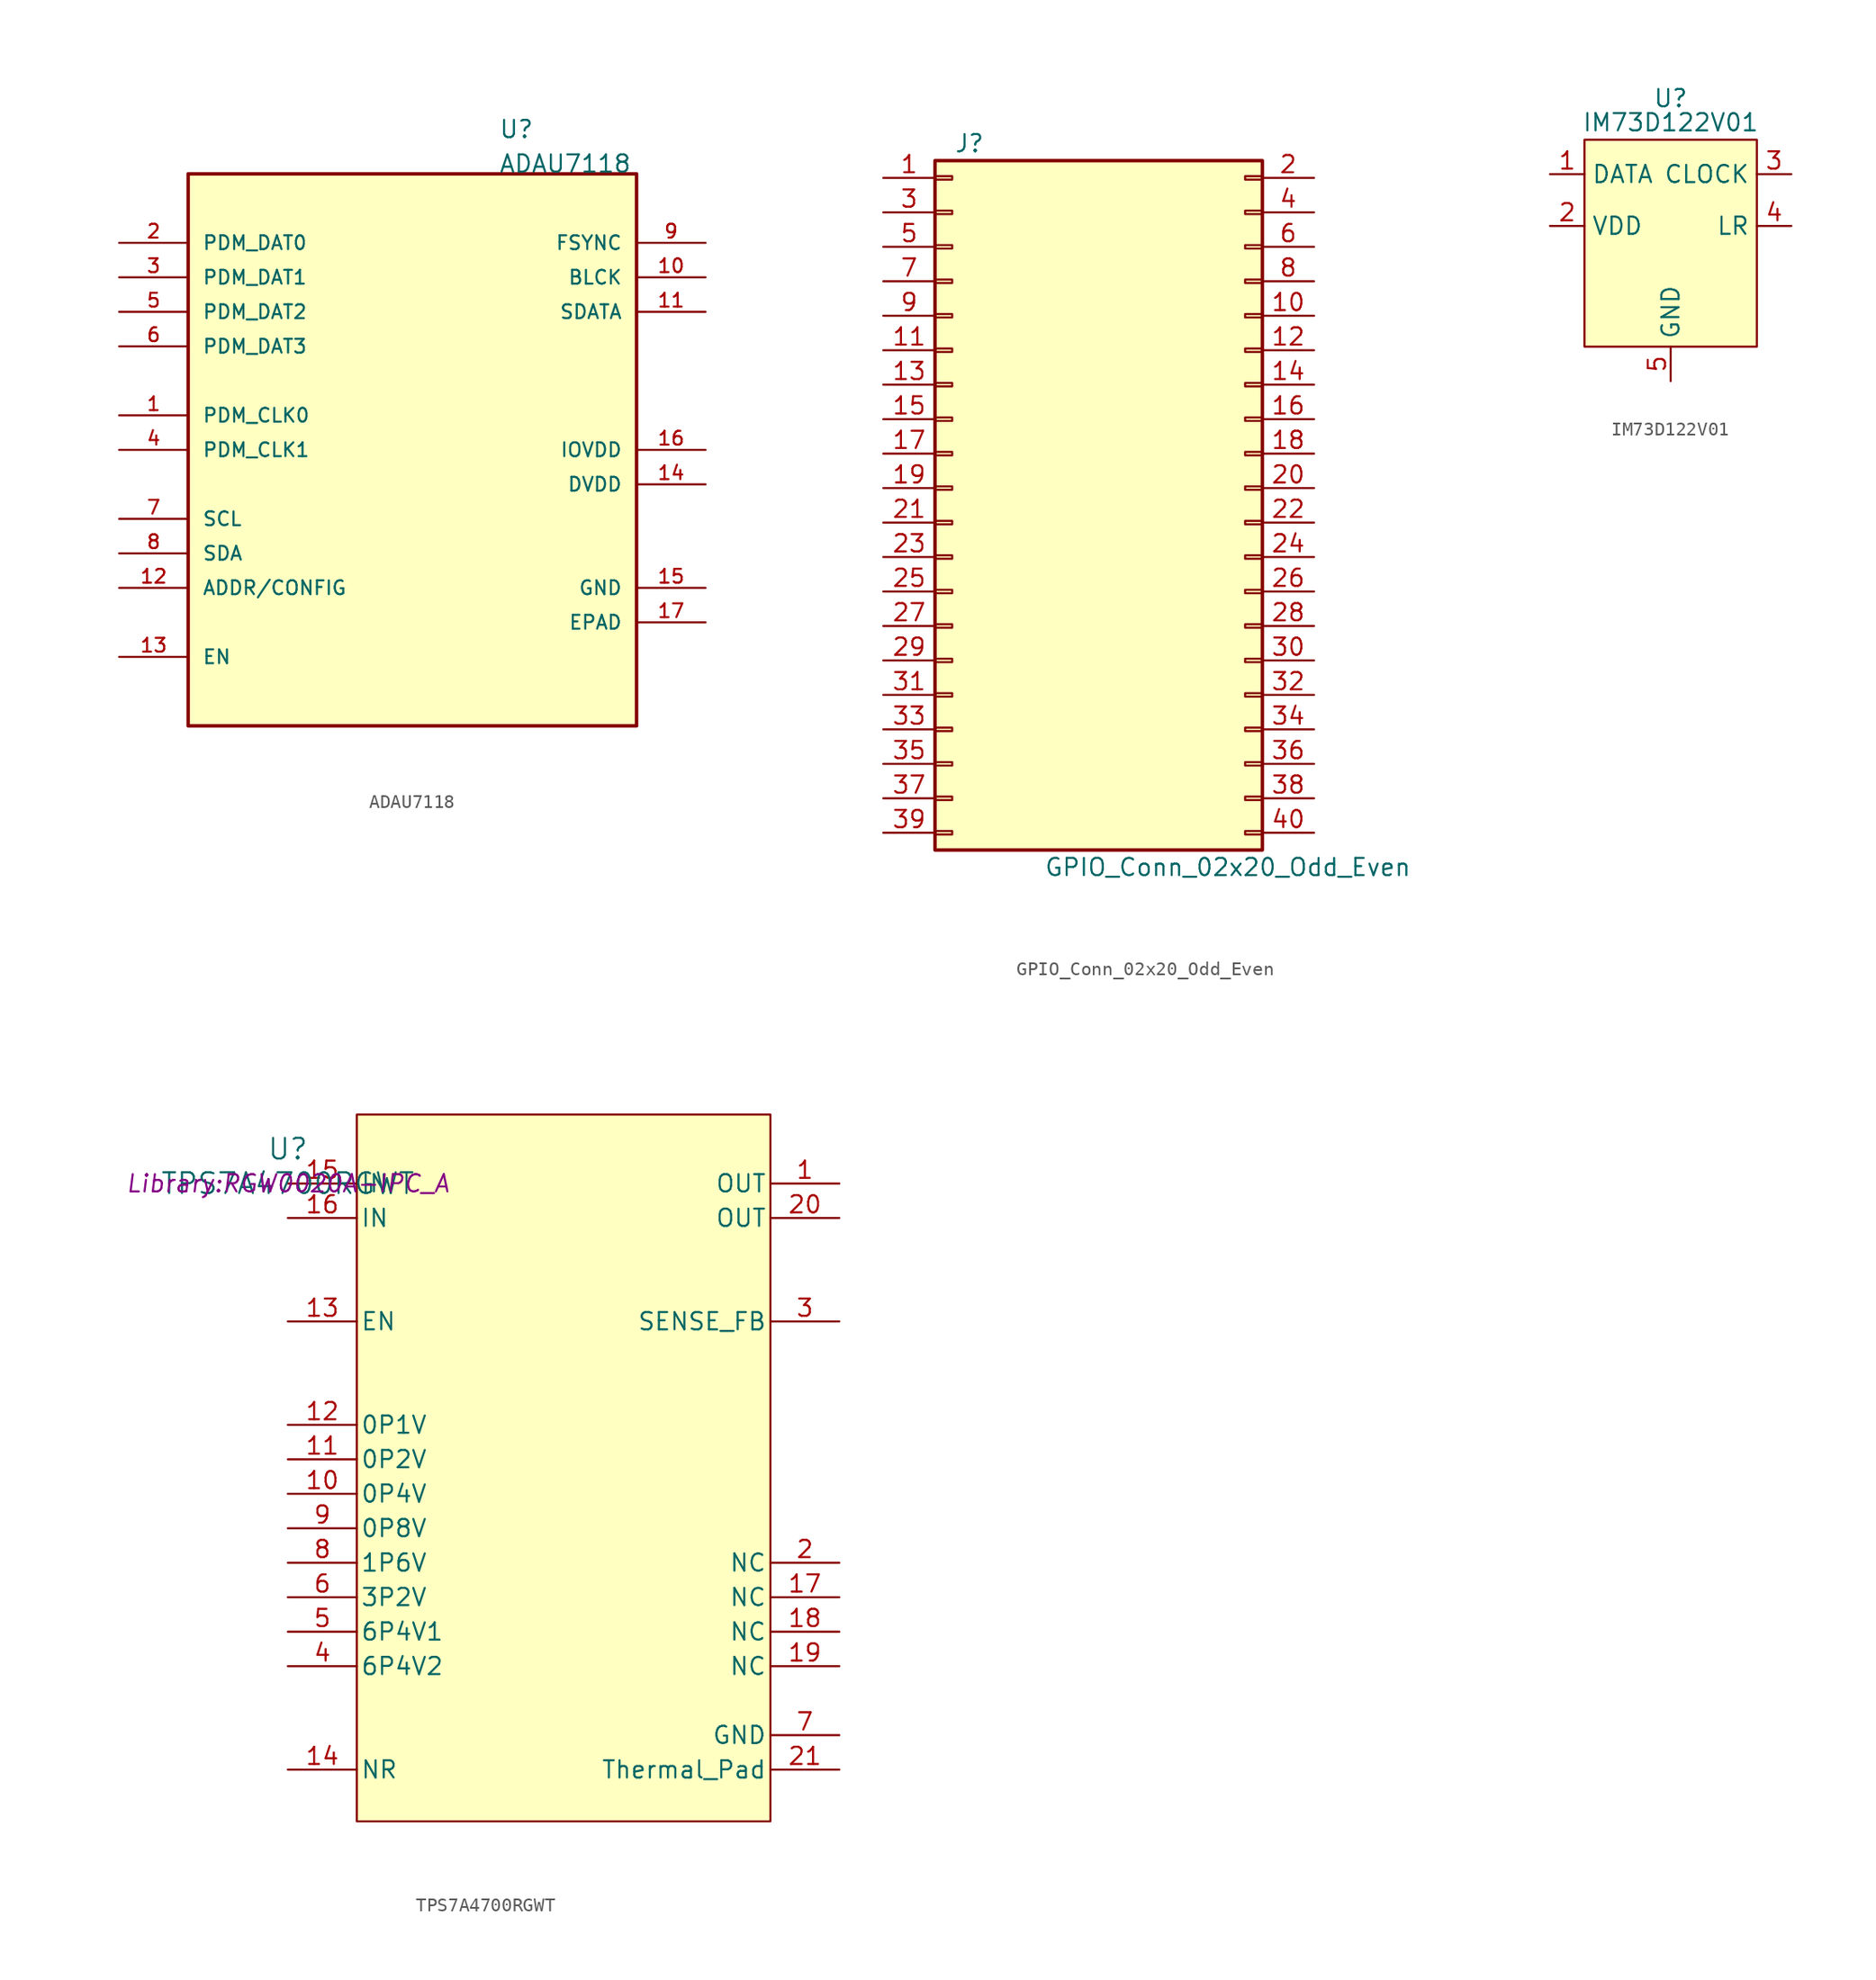
<source format=kicad_sym>
(kicad_symbol_lib
  (version 20241209)
  (generator "kicad_symbol_editor")
  (generator_version "9.0")
  (symbol "ADAU7118"
    (pin_names
      (offset 1.016))
    (property "Reference" "U"
      (at 5.08 20.32 0)
      (effects (font (size 1.27 1.27)) (justify left bottom)))
    (property "Value" "ADAU7118"
      (at 5.08 17.78 0)
      (effects (font (size 1.27 1.27)) (justify left bottom)))
    (symbol "ADAU7118_0_0"
      (rectangle (start -17.78 17.78) (end 15.24 -22.86) (stroke (width 0.254) (type default)) (fill (type background)))
      (pin input line (at -22.86 12.7 0) (length 5.08) (name "PDM_DAT0" (effects (font (size 1.016 1.016)))) (number "2" (effects (font (size 1.016 1.016)))))
      (pin input line (at -22.86 10.16 0) (length 5.08) (name "PDM_DAT1" (effects (font (size 1.016 1.016)))) (number "3" (effects (font (size 1.016 1.016)))))
      (pin input line (at -22.86 7.62 0) (length 5.08) (name "PDM_DAT2" (effects (font (size 1.016 1.016)))) (number "5" (effects (font (size 1.016 1.016)))))
      (pin input line (at -22.86 5.08 0) (length 5.08) (name "PDM_DAT3" (effects (font (size 1.016 1.016)))) (number "6" (effects (font (size 1.016 1.016)))))
      (pin output line (at -22.86 0 0) (length 5.08) (name "PDM_CLK0" (effects (font (size 1.016 1.016)))) (number "1" (effects (font (size 1.016 1.016)))))
      (pin output line (at -22.86 -2.54 0) (length 5.08) (name "PDM_CLK1" (effects (font (size 1.016 1.016)))) (number "4" (effects (font (size 1.016 1.016)))))
      (pin input line (at -22.86 -7.62 0) (length 5.08) (name "SCL" (effects (font (size 1.016 1.016)))) (number "7" (effects (font (size 1.016 1.016)))))
      (pin bidirectional line (at -22.86 -10.16 0) (length 5.08) (name "SDA" (effects (font (size 1.016 1.016)))) (number "8" (effects (font (size 1.016 1.016)))))
      (pin bidirectional line (at -22.86 -12.7 0) (length 5.08) (name "ADDR/CONFIG" (effects (font (size 1.016 1.016)))) (number "12" (effects (font (size 1.016 1.016)))))
      (pin input line (at -22.86 -17.78 0) (length 5.08) (name "EN" (effects (font (size 1.016 1.016)))) (number "13" (effects (font (size 1.016 1.016)))))
      (pin input line (at 20.32 12.7 180) (length 5.08) (name "FSYNC" (effects (font (size 1.016 1.016)))) (number "9" (effects (font (size 1.016 1.016)))))
      (pin input line (at 20.32 10.16 180) (length 5.08) (name "BLCK" (effects (font (size 1.016 1.016)))) (number "10" (effects (font (size 1.016 1.016)))))
      (pin output line (at 20.32 7.62 180) (length 5.08) (name "SDATA" (effects (font (size 1.016 1.016)))) (number "11" (effects (font (size 1.016 1.016)))))
      (pin power_in line (at 20.32 -2.54 180) (length 5.08) (name "IOVDD" (effects (font (size 1.016 1.016)))) (number "16" (effects (font (size 1.016 1.016)))))
      (pin power_in line (at 20.32 -5.08 180) (length 5.08) (name "DVDD" (effects (font (size 1.016 1.016)))) (number "14" (effects (font (size 1.016 1.016)))))
      (pin power_in line (at 20.32 -12.7 180) (length 5.08) (name "GND" (effects (font (size 1.016 1.016)))) (number "15" (effects (font (size 1.016 1.016)))))
      (pin power_in line (at 20.32 -15.24 180) (length 5.08) (name "EPAD" (effects (font (size 1.016 1.016)))) (number "17" (effects (font (size 1.016 1.016)))))))
  (symbol "GPIO_Conn_02x20_Odd_Even"
    (pin_names
      (offset 1.016)
      (hide yes))
    (property "Reference" "J"
      (at -10.16 26.67 0)
      (effects (font (size 1.27 1.27))))
    (property "Value" "GPIO_Conn_02x20_Odd_Even"
      (at 8.89 -26.67 0)
      (effects (font (size 1.27 1.27))))
    (symbol "GPIO_Conn_02x20_Odd_Even_1_1"
      (rectangle (start -12.7 25.4) (end 11.43 -25.4) (stroke (width 0.254) (type default)) (fill (type background)))
      (rectangle (start -12.7 24.257) (end -11.43 24.003) (stroke (width 0.152) (type default)) (fill (type none)))
      (rectangle (start -12.7 21.717) (end -11.43 21.463) (stroke (width 0.152) (type default)) (fill (type none)))
      (rectangle (start -12.7 19.177) (end -11.43 18.923) (stroke (width 0.152) (type default)) (fill (type none)))
      (rectangle (start -12.7 16.637) (end -11.43 16.383) (stroke (width 0.152) (type default)) (fill (type none)))
      (rectangle (start -12.7 14.097) (end -11.43 13.843) (stroke (width 0.152) (type default)) (fill (type none)))
      (rectangle (start -12.7 11.557) (end -11.43 11.303) (stroke (width 0.152) (type default)) (fill (type none)))
      (rectangle (start -12.7 9.017) (end -11.43 8.763) (stroke (width 0.152) (type default)) (fill (type none)))
      (rectangle (start -12.7 6.477) (end -11.43 6.223) (stroke (width 0.152) (type default)) (fill (type none)))
      (rectangle (start -12.7 3.937) (end -11.43 3.683) (stroke (width 0.152) (type default)) (fill (type none)))
      (rectangle (start -12.7 1.397) (end -11.43 1.143) (stroke (width 0.152) (type default)) (fill (type none)))
      (rectangle (start -12.7 -1.143) (end -11.43 -1.397) (stroke (width 0.152) (type default)) (fill (type none)))
      (rectangle (start -12.7 -3.683) (end -11.43 -3.937) (stroke (width 0.152) (type default)) (fill (type none)))
      (rectangle (start -12.7 -6.223) (end -11.43 -6.477) (stroke (width 0.152) (type default)) (fill (type none)))
      (rectangle (start -12.7 -8.763) (end -11.43 -9.017) (stroke (width 0.152) (type default)) (fill (type none)))
      (rectangle (start -12.7 -11.303) (end -11.43 -11.557) (stroke (width 0.152) (type default)) (fill (type none)))
      (rectangle (start -12.7 -13.843) (end -11.43 -14.097) (stroke (width 0.152) (type default)) (fill (type none)))
      (rectangle (start -12.7 -16.383) (end -11.43 -16.637) (stroke (width 0.152) (type default)) (fill (type none)))
      (rectangle (start -12.7 -18.923) (end -11.43 -19.177) (stroke (width 0.152) (type default)) (fill (type none)))
      (rectangle (start -12.7 -21.463) (end -11.43 -21.717) (stroke (width 0.152) (type default)) (fill (type none)))
      (rectangle (start -12.7 -24.003) (end -11.43 -24.257) (stroke (width 0.152) (type default)) (fill (type none)))
      (rectangle (start 11.43 24.257) (end 10.16 24.003) (stroke (width 0.152) (type default)) (fill (type none)))
      (rectangle (start 11.43 21.717) (end 10.16 21.463) (stroke (width 0.152) (type default)) (fill (type none)))
      (rectangle (start 11.43 19.177) (end 10.16 18.923) (stroke (width 0.152) (type default)) (fill (type none)))
      (rectangle (start 11.43 16.637) (end 10.16 16.383) (stroke (width 0.152) (type default)) (fill (type none)))
      (rectangle (start 11.43 14.097) (end 10.16 13.843) (stroke (width 0.152) (type default)) (fill (type none)))
      (rectangle (start 11.43 11.557) (end 10.16 11.303) (stroke (width 0.152) (type default)) (fill (type none)))
      (rectangle (start 11.43 9.017) (end 10.16 8.763) (stroke (width 0.152) (type default)) (fill (type none)))
      (rectangle (start 11.43 6.477) (end 10.16 6.223) (stroke (width 0.152) (type default)) (fill (type none)))
      (rectangle (start 11.43 3.937) (end 10.16 3.683) (stroke (width 0.152) (type default)) (fill (type none)))
      (rectangle (start 11.43 1.397) (end 10.16 1.143) (stroke (width 0.152) (type default)) (fill (type none)))
      (rectangle (start 11.43 -1.143) (end 10.16 -1.397) (stroke (width 0.152) (type default)) (fill (type none)))
      (rectangle (start 11.43 -3.683) (end 10.16 -3.937) (stroke (width 0.152) (type default)) (fill (type none)))
      (rectangle (start 11.43 -6.223) (end 10.16 -6.477) (stroke (width 0.152) (type default)) (fill (type none)))
      (rectangle (start 11.43 -8.763) (end 10.16 -9.017) (stroke (width 0.152) (type default)) (fill (type none)))
      (rectangle (start 11.43 -11.303) (end 10.16 -11.557) (stroke (width 0.152) (type default)) (fill (type none)))
      (rectangle (start 11.43 -13.843) (end 10.16 -14.097) (stroke (width 0.152) (type default)) (fill (type none)))
      (rectangle (start 11.43 -16.383) (end 10.16 -16.637) (stroke (width 0.152) (type default)) (fill (type none)))
      (rectangle (start 11.43 -18.923) (end 10.16 -19.177) (stroke (width 0.152) (type default)) (fill (type none)))
      (rectangle (start 11.43 -21.463) (end 10.16 -21.717) (stroke (width 0.152) (type default)) (fill (type none)))
      (rectangle (start 11.43 -24.003) (end 10.16 -24.257) (stroke (width 0.152) (type default)) (fill (type none)))
      (pin power_out line (at -16.51 24.13 0) (length 3.81) (name "3V3" (effects (font (size 1.27 1.27)))) (number "1" (effects (font (size 1.27 1.27)))))
      (pin bidirectional line (at -16.51 21.59 0) (length 3.81) (name "I2C1_SDA" (effects (font (size 1.27 1.27)))) (number "3" (effects (font (size 1.27 1.27)))))
      (pin bidirectional line (at -16.51 19.05 0) (length 3.81) (name "I2C1_SCL" (effects (font (size 1.27 1.27)))) (number "5" (effects (font (size 1.27 1.27)))))
      (pin bidirectional line (at -16.51 16.51 0) (length 3.81) (name "GPIO09" (effects (font (size 1.27 1.27)))) (number "7" (effects (font (size 1.27 1.27)))))
      (pin power_in line (at -16.51 13.97 0) (length 3.81) (name "GND" (effects (font (size 1.27 1.27)))) (number "9" (effects (font (size 1.27 1.27)))))
      (pin output line (at -16.51 11.43 0) (length 3.81) (name "UART_RTS" (effects (font (size 1.27 1.27)))) (number "11" (effects (font (size 1.27 1.27)))))
      (pin output line (at -16.51 8.89 0) (length 3.81) (name "SPI1_SCK" (effects (font (size 1.27 1.27)))) (number "13" (effects (font (size 1.27 1.27)))))
      (pin bidirectional line (at -16.51 6.35 0) (length 3.81) (name "GPIO12" (effects (font (size 1.27 1.27)))) (number "15" (effects (font (size 1.27 1.27)))))
      (pin power_out line (at -16.51 3.81 0) (length 3.81) (name "3V3" (effects (font (size 1.27 1.27)))) (number "17" (effects (font (size 1.27 1.27)))))
      (pin bidirectional line (at -16.51 1.27 0) (length 3.81) (name "SPI0_MOSI" (effects (font (size 1.27 1.27)))) (number "19" (effects (font (size 1.27 1.27)))))
      (pin bidirectional line (at -16.51 -1.27 0) (length 3.81) (name "SPI_MISO" (effects (font (size 1.27 1.27)))) (number "21" (effects (font (size 1.27 1.27)))))
      (pin output line (at -16.51 -3.81 0) (length 3.81) (name "SPI0_SCK" (effects (font (size 1.27 1.27)))) (number "23" (effects (font (size 1.27 1.27)))))
      (pin power_in line (at -16.51 -6.35 0) (length 3.81) (name "GND" (effects (font (size 1.27 1.27)))) (number "25" (effects (font (size 1.27 1.27)))))
      (pin bidirectional line (at -16.51 -8.89 0) (length 3.81) (name "I2C0_SDA" (effects (font (size 1.27 1.27)))) (number "27" (effects (font (size 1.27 1.27)))))
      (pin bidirectional line (at -16.51 -11.43 0) (length 3.81) (name "GPIO01" (effects (font (size 1.27 1.27)))) (number "29" (effects (font (size 1.27 1.27)))))
      (pin bidirectional line (at -16.51 -13.97 0) (length 3.81) (name "GPIO11" (effects (font (size 1.27 1.27)))) (number "31" (effects (font (size 1.27 1.27)))))
      (pin bidirectional line (at -16.51 -16.51 0) (length 3.81) (name "GPIO13" (effects (font (size 1.27 1.27)))) (number "33" (effects (font (size 1.27 1.27)))))
      (pin output line (at -16.51 -19.05 0) (length 3.81) (name "I2S0_FS" (effects (font (size 1.27 1.27)))) (number "35" (effects (font (size 1.27 1.27)))))
      (pin bidirectional line (at -16.51 -21.59 0) (length 3.81) (name "SPI1_MOSI" (effects (font (size 1.27 1.27)))) (number "37" (effects (font (size 1.27 1.27)))))
      (pin power_in line (at -16.51 -24.13 0) (length 3.81) (name "GND" (effects (font (size 1.27 1.27)))) (number "39" (effects (font (size 1.27 1.27)))))
      (pin power_out line (at 15.24 24.13 180) (length 3.81) (name "5V" (effects (font (size 1.27 1.27)))) (number "2" (effects (font (size 1.27 1.27)))))
      (pin power_out line (at 15.24 21.59 180) (length 3.81) (name "5V" (effects (font (size 1.27 1.27)))) (number "4" (effects (font (size 1.27 1.27)))))
      (pin power_in line (at 15.24 19.05 180) (length 3.81) (name "GND" (effects (font (size 1.27 1.27)))) (number "6" (effects (font (size 1.27 1.27)))))
      (pin input line (at 15.24 16.51 180) (length 3.81) (name "UART1_TXD" (effects (font (size 1.27 1.27)))) (number "8" (effects (font (size 1.27 1.27)))))
      (pin input line (at 15.24 13.97 180) (length 3.81) (name "UART1_RXD" (effects (font (size 1.27 1.27)))) (number "10" (effects (font (size 1.27 1.27)))))
      (pin output line (at 15.24 11.43 180) (length 3.81) (name "I2S0_SCLK" (effects (font (size 1.27 1.27)))) (number "12" (effects (font (size 1.27 1.27)))))
      (pin power_in line (at 15.24 8.89 180) (length 3.81) (name "GND" (effects (font (size 1.27 1.27)))) (number "14" (effects (font (size 1.27 1.27)))))
      (pin bidirectional line (at 15.24 6.35 180) (length 3.81) (name "SPI1_CS1" (effects (font (size 1.27 1.27)))) (number "16" (effects (font (size 1.27 1.27)))))
      (pin bidirectional line (at 15.24 3.81 180) (length 3.81) (name "SPI1_CS0" (effects (font (size 1.27 1.27)))) (number "18" (effects (font (size 1.27 1.27)))))
      (pin power_in line (at 15.24 1.27 180) (length 3.81) (name "GND" (effects (font (size 1.27 1.27)))) (number "20" (effects (font (size 1.27 1.27)))))
      (pin bidirectional line (at 15.24 -1.27 180) (length 3.81) (name "SPI1_MISO" (effects (font (size 1.27 1.27)))) (number "22" (effects (font (size 1.27 1.27)))))
      (pin bidirectional line (at 15.24 -3.81 180) (length 3.81) (name "SPI0_CS0" (effects (font (size 1.27 1.27)))) (number "24" (effects (font (size 1.27 1.27)))))
      (pin bidirectional line (at 15.24 -6.35 180) (length 3.81) (name "SPI0_CS1" (effects (font (size 1.27 1.27)))) (number "26" (effects (font (size 1.27 1.27)))))
      (pin bidirectional line (at 15.24 -8.89 180) (length 3.81) (name "I2C0_SCL" (effects (font (size 1.27 1.27)))) (number "28" (effects (font (size 1.27 1.27)))))
      (pin power_in line (at 15.24 -11.43 180) (length 3.81) (name "GND" (effects (font (size 1.27 1.27)))) (number "30" (effects (font (size 1.27 1.27)))))
      (pin bidirectional line (at 15.24 -13.97 180) (length 3.81) (name "GPIO07" (effects (font (size 1.27 1.27)))) (number "32" (effects (font (size 1.27 1.27)))))
      (pin power_in line (at 15.24 -16.51 180) (length 3.81) (name "GND" (effects (font (size 1.27 1.27)))) (number "34" (effects (font (size 1.27 1.27)))))
      (pin input line (at 15.24 -19.05 180) (length 3.81) (name "UART1_CTS" (effects (font (size 1.27 1.27)))) (number "36" (effects (font (size 1.27 1.27)))))
      (pin input line (at 15.24 -21.59 180) (length 3.81) (name "I2S0_DIN" (effects (font (size 1.27 1.27)))) (number "38" (effects (font (size 1.27 1.27)))))
      (pin output line (at 15.24 -24.13 180) (length 3.81) (name "I2S0_DOUT" (effects (font (size 1.27 1.27)))) (number "40" (effects (font (size 1.27 1.27)))))))
  (symbol "IM73D122V01"
    (property "Reference" "U"
      (at 0 10.668 0)
      (effects (font (size 1.27 1.27))))
    (property "Value" "IM73D122V01"
      (at 0 8.89 0)
      (effects (font (size 1.27 1.27))))
    (symbol "IM73D122V01_1_1"
      (rectangle (start -6.35 7.62) (end 6.35 -7.62) (stroke (width 0) (type solid)) (fill (type background)))
      (pin output line (at -8.89 5.08 0) (length 2.54) (name "DATA" (effects (font (size 1.27 1.27)))) (number "1" (effects (font (size 1.27 1.27)))))
      (pin power_in line (at -8.89 1.27 0) (length 2.54) (name "VDD" (effects (font (size 1.27 1.27)))) (number "2" (effects (font (size 1.27 1.27)))))
      (pin power_in line (at 0 -10.16 90) (length 2.54) (name "GND" (effects (font (size 1.27 1.27)))) (number "5" (effects (font (size 1.27 1.27)))))
      (pin input line (at 8.89 5.08 180) (length 2.54) (name "CLOCK" (effects (font (size 1.27 1.27)))) (number "3" (effects (font (size 1.27 1.27)))))
      (pin input line (at 8.89 1.27 180) (length 2.54) (name "LR" (effects (font (size 1.27 1.27)))) (number "4" (effects (font (size 1.27 1.27)))))))
  (symbol "TPS7A4700RGWT"
    (pin_names
      (offset 0.254))
    (property "Reference" "U"
      (at 0 2.54 0)
      (effects (font (size 1.524 1.524))))
    (property "Value" "TPS7A4700RGWT"
      (at 0 0 0)
      (effects (font (size 1.524 1.524))))
    (property "Footprint" "Library:RGW0020A-IPC_A"
      (at 0 0 0)
      (effects (font (size 1.27 1.27) (italic yes))))
    (symbol "TPS7A4700RGWT_0_1"
      (rectangle (start 5.08 5.08) (end 35.56 -46.99) (stroke (width 0) (type default)) (fill (type background)))
      (pin power_in line (at 0 0 0) (length 5.08) (name "IN" (effects (font (size 1.27 1.27)))) (number "15" (effects (font (size 1.27 1.27)))))
      (pin power_in line (at 0 -2.54 0) (length 5.08) (name "IN" (effects (font (size 1.27 1.27)))) (number "16" (effects (font (size 1.27 1.27)))))
      (pin input line (at 0 -10.16 0) (length 5.08) (name "EN" (effects (font (size 1.27 1.27)))) (number "13" (effects (font (size 1.27 1.27)))))
      (pin unspecified line (at 0 -17.78 0) (length 5.08) (name "0P1V" (effects (font (size 1.27 1.27)))) (number "12" (effects (font (size 1.27 1.27)))))
      (pin unspecified line (at 0 -20.32 0) (length 5.08) (name "0P2V" (effects (font (size 1.27 1.27)))) (number "11" (effects (font (size 1.27 1.27)))))
      (pin unspecified line (at 0 -22.86 0) (length 5.08) (name "0P4V" (effects (font (size 1.27 1.27)))) (number "10" (effects (font (size 1.27 1.27)))))
      (pin unspecified line (at 0 -25.4 0) (length 5.08) (name "0P8V" (effects (font (size 1.27 1.27)))) (number "9" (effects (font (size 1.27 1.27)))))
      (pin unspecified line (at 0 -27.94 0) (length 5.08) (name "1P6V" (effects (font (size 1.27 1.27)))) (number "8" (effects (font (size 1.27 1.27)))))
      (pin unspecified line (at 0 -30.48 0) (length 5.08) (name "3P2V" (effects (font (size 1.27 1.27)))) (number "6" (effects (font (size 1.27 1.27)))))
      (pin unspecified line (at 0 -33.02 0) (length 5.08) (name "6P4V1" (effects (font (size 1.27 1.27)))) (number "5" (effects (font (size 1.27 1.27)))))
      (pin unspecified line (at 0 -35.56 0) (length 5.08) (name "6P4V2" (effects (font (size 1.27 1.27)))) (number "4" (effects (font (size 1.27 1.27)))))
      (pin unspecified line (at 0 -43.18 0) (length 5.08) (name "NR" (effects (font (size 1.27 1.27)))) (number "14" (effects (font (size 1.27 1.27)))))
      (pin power_in line (at 40.64 0 180) (length 5.08) (name "OUT" (effects (font (size 1.27 1.27)))) (number "1" (effects (font (size 1.27 1.27)))))
      (pin power_in line (at 40.64 -2.54 180) (length 5.08) (name "OUT" (effects (font (size 1.27 1.27)))) (number "20" (effects (font (size 1.27 1.27)))))
      (pin unspecified line (at 40.64 -10.16 180) (length 5.08) (name "SENSE_FB" (effects (font (size 1.27 1.27)))) (number "3" (effects (font (size 1.27 1.27)))))
      (pin unspecified line (at 40.64 -27.94 180) (length 5.08) (name "NC" (effects (font (size 1.27 1.27)))) (number "2" (effects (font (size 1.27 1.27)))))
      (pin unspecified line (at 40.64 -30.48 180) (length 5.08) (name "NC" (effects (font (size 1.27 1.27)))) (number "17" (effects (font (size 1.27 1.27)))))
      (pin unspecified line (at 40.64 -33.02 180) (length 5.08) (name "NC" (effects (font (size 1.27 1.27)))) (number "18" (effects (font (size 1.27 1.27)))))
      (pin unspecified line (at 40.64 -35.56 180) (length 5.08) (name "NC" (effects (font (size 1.27 1.27)))) (number "19" (effects (font (size 1.27 1.27)))))
      (pin power_in line (at 40.64 -40.64 180) (length 5.08) (name "GND" (effects (font (size 1.27 1.27)))) (number "7" (effects (font (size 1.27 1.27)))))
      (pin power_in line (at 40.64 -43.18 180) (length 5.08) (name "Thermal_Pad" (effects (font (size 1.27 1.27)))) (number "21" (effects (font (size 1.27 1.27))))))))
</source>
